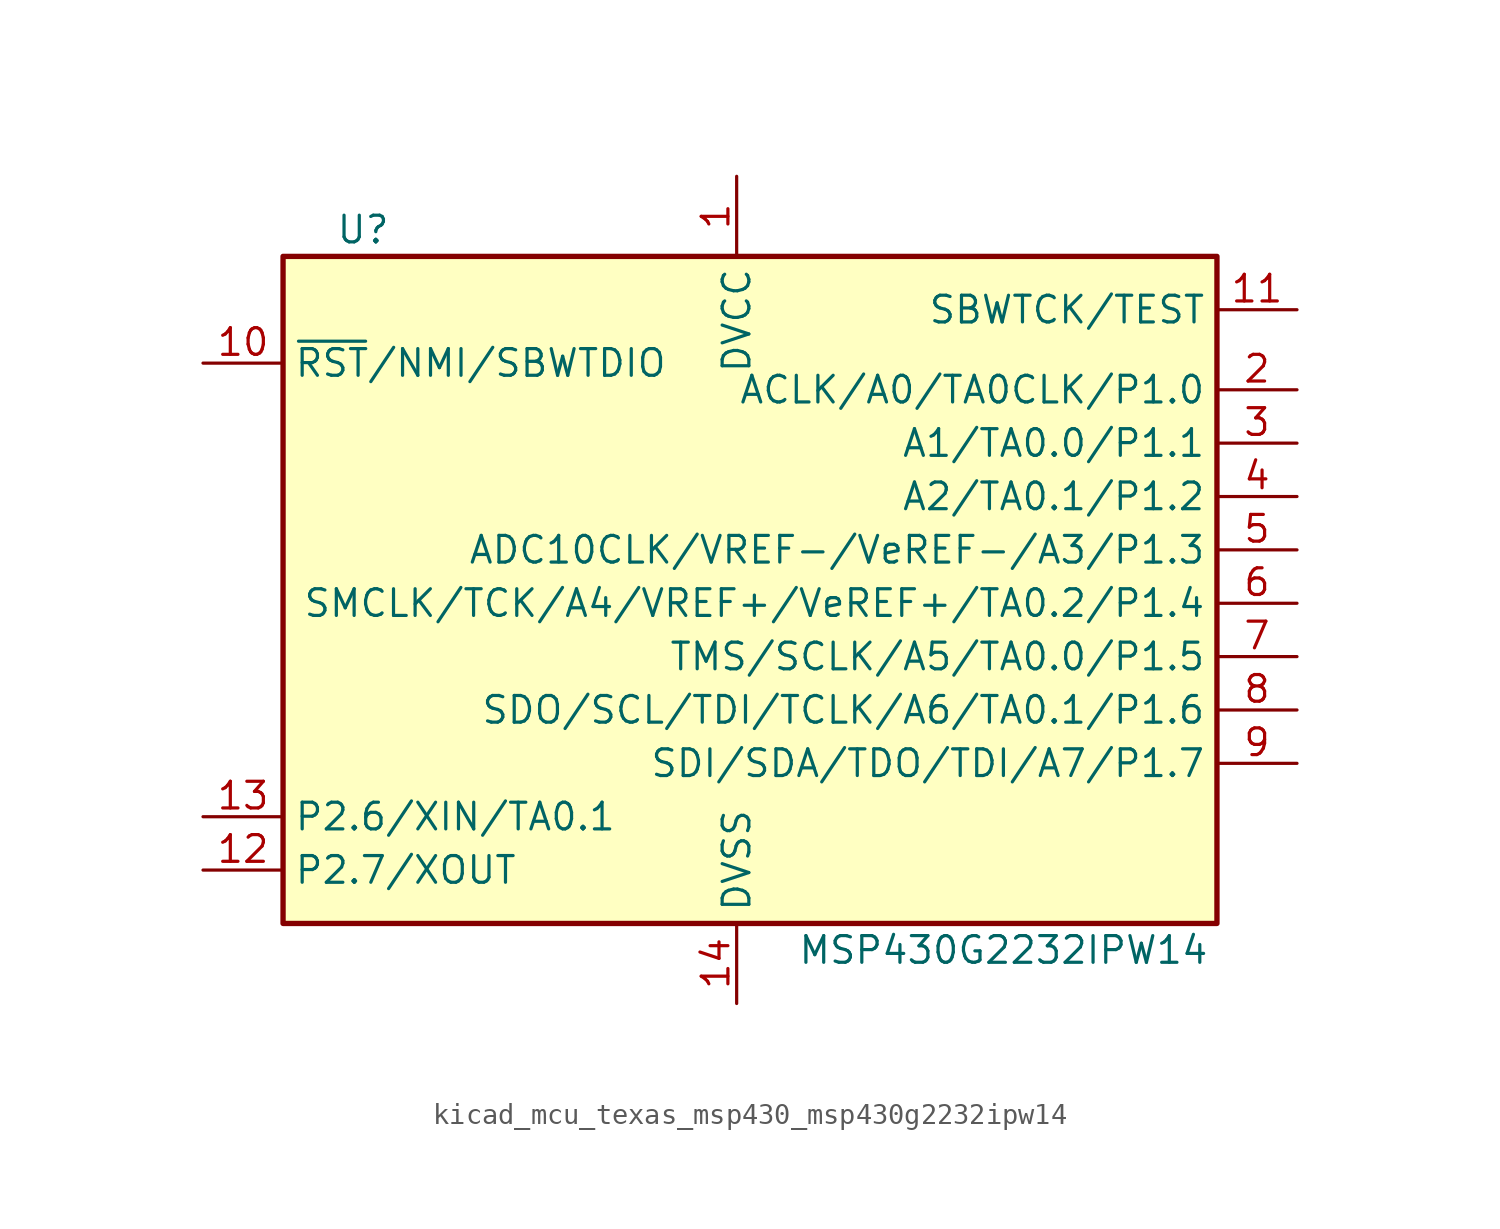
<source format=kicad_sym>
(kicad_symbol_lib
  (version 20220914)
  (generator kicad_symbol_editor)
  (symbol "kicad_mcu_texas_msp430_msp430g2232ipw14"
    (property "Reference" "U"
      (at -17.78 17.78 0)
      (effects (font (size 1.27 1.27))))
    (property "Value" "MSP430G2232IPW14"
      (at 12.7 -16.51 0)
      (effects (font (size 1.27 1.27))))
    (symbol "kicad_mcu_texas_msp430_msp430g2232ipw14_0_1"
      (rectangle (start -21.59 16.51) (end 22.86 -15.24) (stroke (width 0.254) (type default)) (fill (type background))))
    (symbol "kicad_mcu_texas_msp430_msp430g2232ipw14_1_1"
      (pin power_in line (at 0 20.32 270) (length 3.81) (name "DVCC" (effects (font (size 1.27 1.27)))) (number "1" (effects (font (size 1.27 1.27)))))
      (pin input line (at -25.4 11.43 0) (length 3.81) (name "~{RST}/NMI/SBWTDIO" (effects (font (size 1.27 1.27)))) (number "10" (effects (font (size 1.27 1.27)))))
      (pin input line (at 26.67 13.97 180) (length 3.81) (name "SBWTCK/TEST" (effects (font (size 1.27 1.27)))) (number "11" (effects (font (size 1.27 1.27)))))
      (pin bidirectional line (at -25.4 -12.7 0) (length 3.81) (name "P2.7/XOUT" (effects (font (size 1.27 1.27)))) (number "12" (effects (font (size 1.27 1.27)))))
      (pin bidirectional line (at -25.4 -10.16 0) (length 3.81) (name "P2.6/XIN/TA0.1" (effects (font (size 1.27 1.27)))) (number "13" (effects (font (size 1.27 1.27)))))
      (pin power_in line (at 0 -19.05 90) (length 3.81) (name "DVSS" (effects (font (size 1.27 1.27)))) (number "14" (effects (font (size 1.27 1.27)))))
      (pin bidirectional line (at 26.67 10.16 180) (length 3.81) (name "ACLK/A0/TA0CLK/P1.0" (effects (font (size 1.27 1.27)))) (number "2" (effects (font (size 1.27 1.27)))))
      (pin bidirectional line (at 26.67 7.62 180) (length 3.81) (name "A1/TA0.0/P1.1" (effects (font (size 1.27 1.27)))) (number "3" (effects (font (size 1.27 1.27)))))
      (pin bidirectional line (at 26.67 5.08 180) (length 3.81) (name "A2/TA0.1/P1.2" (effects (font (size 1.27 1.27)))) (number "4" (effects (font (size 1.27 1.27)))))
      (pin bidirectional line (at 26.67 2.54 180) (length 3.81) (name "ADC10CLK/VREF-/VeREF-/A3/P1.3" (effects (font (size 1.27 1.27)))) (number "5" (effects (font (size 1.27 1.27)))))
      (pin bidirectional line (at 26.67 0 180) (length 3.81) (name "SMCLK/TCK/A4/VREF+/VeREF+/TA0.2/P1.4" (effects (font (size 1.27 1.27)))) (number "6" (effects (font (size 1.27 1.27)))))
      (pin bidirectional line (at 26.67 -2.54 180) (length 3.81) (name "TMS/SCLK/A5/TA0.0/P1.5" (effects (font (size 1.27 1.27)))) (number "7" (effects (font (size 1.27 1.27)))))
      (pin bidirectional line (at 26.67 -5.08 180) (length 3.81) (name "SDO/SCL/TDI/TCLK/A6/TA0.1/P1.6" (effects (font (size 1.27 1.27)))) (number "8" (effects (font (size 1.27 1.27)))))
      (pin bidirectional line (at 26.67 -7.62 180) (length 3.81) (name "SDI/SDA/TDO/TDI/A7/P1.7" (effects (font (size 1.27 1.27)))) (number "9" (effects (font (size 1.27 1.27))))))))
</source>
